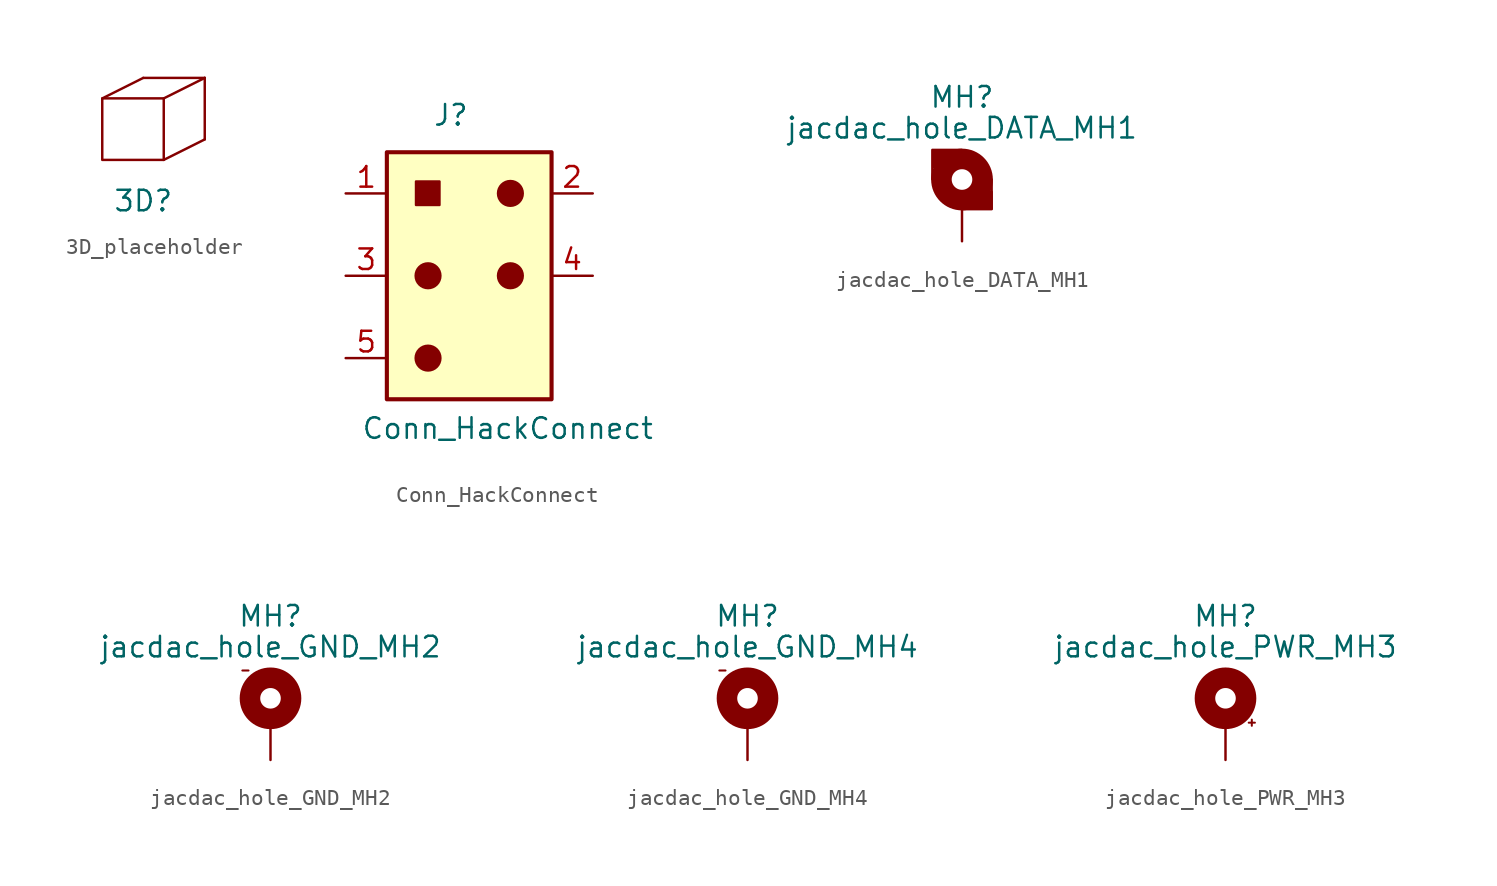
<source format=kicad_sym>
(kicad_symbol_lib
  (version 20241209)
  (generator "kicad_symbol_editor")
  (generator_version "9.0")
  (symbol "3D_placeholder"
    (pin_numbers
      (hide yes))
    (pin_names
      (offset 0)
      (hide yes))
    (property "Reference" "3D"
      (at 0 0 0)
      (effects (font (size 1.27 1.27))))
    (property "Value" ""
      (at 0 0 0)
      (effects (font (size 1.27 1.27))))
    (symbol "3D_placeholder_0_1"
      (polyline (pts (xy -2.54 6.35) (xy 0 7.62)) (stroke (width 0) (type default)) (fill (type none)))
      (polyline (pts (xy -2.54 2.54) (xy 1.27 2.54) (xy 1.27 6.35) (xy -2.54 6.35) (xy -2.54 2.54)) (stroke (width 0) (type default)) (fill (type none)))
      (polyline (pts (xy 0 7.62) (xy 3.81 7.62)) (stroke (width 0) (type default)) (fill (type none)))
      (polyline (pts (xy 1.27 6.35) (xy 3.81 7.62)) (stroke (width 0) (type default)) (fill (type none)))
      (polyline (pts (xy 1.27 2.54) (xy 3.81 3.81)) (stroke (width 0) (type default)) (fill (type none)))
      (polyline (pts (xy 3.81 7.62) (xy 3.81 3.81)) (stroke (width 0) (type default)) (fill (type none)))))
  (symbol "Conn_HackConnect"
    (pin_names
      (offset 1.016))
    (property "Reference" "J"
      (at 0 9.906 0)
      (effects (font (size 1.27 1.27)) (justify right)))
    (property "Value" "Conn_HackConnect"
      (at 11.43 -10.16 0)
      (effects (font (size 1.27 1.27)) (justify right bottom)))
    (symbol "Conn_HackConnect_0_1"
      (rectangle (start -5.08 7.62) (end 5.08 -7.62) (stroke (width 0.254) (type solid)) (fill (type background)))
      (rectangle (start -3.281 5.816) (end -1.835 4.365) (stroke (width 0) (type solid)) (fill (type outline)))
      (circle (center -2.54 0) (radius 0.762) (stroke (width 0) (type solid)) (fill (type outline))))
    (symbol "Conn_HackConnect_1_1"
      (circle (center -2.54 -5.08) (radius 0.762) (stroke (width 0) (type solid)) (fill (type outline)))
      (circle (center 2.54 5.08) (radius 0.762) (stroke (width 0) (type solid)) (fill (type outline)))
      (circle (center 2.54 0) (radius 0.762) (stroke (width 0) (type solid)) (fill (type outline)))
      (pin power_in line (at -7.62 5.08 0) (length 2.54) (name "" (effects (font (size 0.762 0.762)))) (number "1" (effects (font (size 1.27 1.27)))))
      (pin power_in line (at -7.62 0 0) (length 2.54) (name "" (effects (font (size 0.762 0.762)))) (number "3" (effects (font (size 1.27 1.27)))))
      (pin bidirectional line (at -7.62 -5.08 0) (length 2.54) (name "" (effects (font (size 0.762 0.762)))) (number "5" (effects (font (size 1.27 1.27)))))
      (pin bidirectional line (at 7.62 5.08 180) (length 2.54) (name "" (effects (font (size 0.762 0.762)))) (number "2" (effects (font (size 1.27 1.27)))))
      (pin output line (at 7.62 0 180) (length 2.54) (name "" (effects (font (size 0.762 0.762)))) (number "4" (effects (font (size 1.27 1.27)))))))
  (symbol "jacdac_hole_DATA_MH1"
    (pin_numbers
      (hide yes))
    (pin_names
      (offset 1.016)
      (hide yes))
    (property "Reference" "MH"
      (at 0 6.35 0)
      (effects (font (size 1.27 1.27))))
    (property "Value" "jacdac_hole_DATA_MH1"
      (at 0 4.445 0)
      (effects (font (size 1.27 1.27))))
    (symbol "jacdac_hole_DATA_MH1_0_1"
      (polyline (pts (xy -1.829 1.295) (xy -1.829 3.099) (xy -0.025 3.099) (xy -1.753 1.27)) (stroke (width 0) (type default)) (fill (type none)))
      (rectangle (start -1.778 3.073) (end -0.61 2.057) (stroke (width 0) (type default)) (fill (type outline)))
      (polyline (pts (xy -0.025 -0.559) (xy 1.829 -0.559) (xy 1.829 1.27) (xy 0 -0.533)) (stroke (width 0) (type default)) (fill (type none)))
      (circle (center 0 1.27) (radius 1.27) (stroke (width 1.27) (type default)) (fill (type none)))
      (rectangle (start 0.457 0.508) (end 1.829 -0.533) (stroke (width 0) (type default)) (fill (type outline))))
    (symbol "jacdac_hole_DATA_MH1_1_1"
      (pin input line (at 0 -2.54 90) (length 2.54) (name "MH1" (effects (font (size 1.27 1.27)))) (number "MH1" (effects (font (size 1.27 1.27)))))))
  (symbol "jacdac_hole_GND_MH2"
    (pin_numbers
      (hide yes))
    (pin_names
      (offset 1.016)
      (hide yes))
    (property "Reference" "MH"
      (at 0 6.35 0)
      (effects (font (size 1.27 1.27))))
    (property "Value" "jacdac_hole_GND_MH2"
      (at 0 4.445 0)
      (effects (font (size 1.27 1.27))))
    (symbol "jacdac_hole_GND_MH2_0_0"
      (text "-" (at -1.549 3.023 0) (effects (font (size 0.5 0.5)))))
    (symbol "jacdac_hole_GND_MH2_0_1"
      (circle (center 0 1.27) (radius 1.27) (stroke (width 1.27) (type default)) (fill (type none))))
    (symbol "jacdac_hole_GND_MH2_1_1"
      (pin input line (at 0 -2.54 90) (length 2.54) (name "MH2" (effects (font (size 1.27 1.27)))) (number "MH2" (effects (font (size 1.27 1.27)))))))
  (symbol "jacdac_hole_GND_MH4"
    (pin_numbers
      (hide yes))
    (pin_names
      (offset 1.016)
      (hide yes))
    (property "Reference" "MH"
      (at 0 6.35 0)
      (effects (font (size 1.27 1.27))))
    (property "Value" "jacdac_hole_GND_MH4"
      (at 0 4.445 0)
      (effects (font (size 1.27 1.27))))
    (symbol "jacdac_hole_GND_MH4_0_0"
      (text "-" (at -1.549 3.023 0) (effects (font (size 0.5 0.5)))))
    (symbol "jacdac_hole_GND_MH4_0_1"
      (circle (center 0 1.27) (radius 1.27) (stroke (width 1.27) (type default)) (fill (type none))))
    (symbol "jacdac_hole_GND_MH4_1_1"
      (pin input line (at 0 -2.54 90) (length 2.54) (name "MH4" (effects (font (size 1.27 1.27)))) (number "MH4" (effects (font (size 1.27 1.27)))))))
  (symbol "jacdac_hole_PWR_MH3"
    (pin_numbers
      (hide yes))
    (pin_names
      (offset 1.016)
      (hide yes))
    (property "Reference" "MH"
      (at 0 6.35 0)
      (effects (font (size 1.27 1.27))))
    (property "Value" "jacdac_hole_PWR_MH3"
      (at 0 4.445 0)
      (effects (font (size 1.27 1.27))))
    (symbol "jacdac_hole_PWR_MH3_0_0"
      (text "+" (at 1.626 -0.203 0) (effects (font (size 0.5 0.5)))))
    (symbol "jacdac_hole_PWR_MH3_0_1"
      (circle (center 0 1.27) (radius 1.27) (stroke (width 1.27) (type default)) (fill (type none))))
    (symbol "jacdac_hole_PWR_MH3_1_1"
      (pin input line (at 0 -2.54 90) (length 2.54) (name "MH3" (effects (font (size 1.27 1.27)))) (number "MH3" (effects (font (size 1.27 1.27))))))))
</source>
